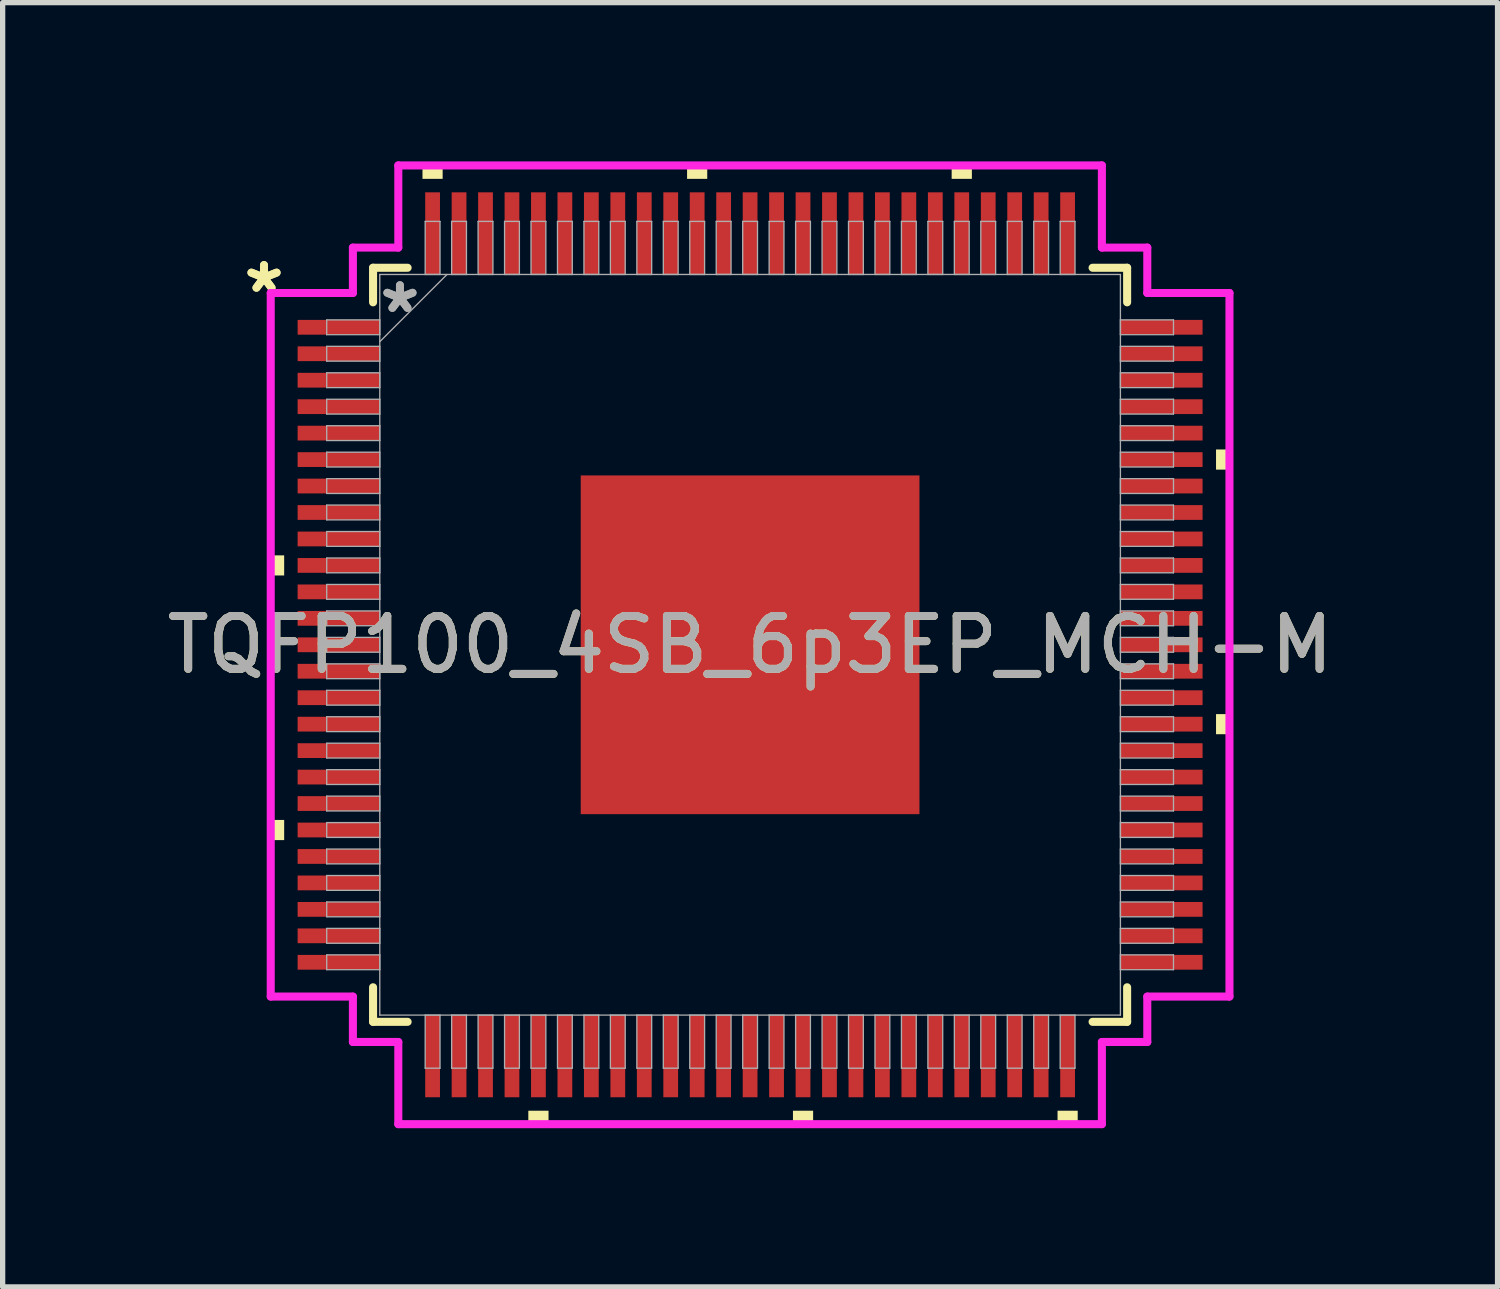
<source format=kicad_pcb>
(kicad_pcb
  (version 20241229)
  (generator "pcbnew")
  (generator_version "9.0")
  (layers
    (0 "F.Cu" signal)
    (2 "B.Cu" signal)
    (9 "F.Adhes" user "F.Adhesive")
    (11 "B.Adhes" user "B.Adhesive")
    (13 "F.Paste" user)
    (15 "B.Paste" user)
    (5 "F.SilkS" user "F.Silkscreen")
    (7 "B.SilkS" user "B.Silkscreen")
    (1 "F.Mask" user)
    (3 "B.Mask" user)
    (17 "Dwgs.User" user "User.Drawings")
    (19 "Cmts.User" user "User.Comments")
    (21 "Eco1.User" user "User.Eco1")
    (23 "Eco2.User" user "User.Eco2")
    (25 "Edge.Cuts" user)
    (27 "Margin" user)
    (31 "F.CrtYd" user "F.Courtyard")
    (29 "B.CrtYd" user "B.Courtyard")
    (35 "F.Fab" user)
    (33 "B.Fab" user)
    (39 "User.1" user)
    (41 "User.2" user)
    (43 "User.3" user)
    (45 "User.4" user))
  (footprint "TQFP100_4SB_6p3EP_MCH-M"
    (layer "F.Cu")
    (at 11.125 9.135)
    (property "Reference" "TQFP100_4SB_6p3EP_MCH-M" (at 0 0 0) (unlocked yes) (layer "F.SilkS") (effects (font (size 1 1) (thickness 0.15))))
    (attr smd)
    (fp_line (start -7.125 -7.125) (end -7.125 -6.472) (stroke (width 0.152) (type solid)) (layer "F.SilkS"))
    (fp_line (start -7.125 6.472) (end -7.125 7.125) (stroke (width 0.152) (type solid)) (layer "F.SilkS"))
    (fp_line (start -7.125 7.125) (end -6.472 7.125) (stroke (width 0.152) (type solid)) (layer "F.SilkS"))
    (fp_line (start -6.472 -7.125) (end -7.125 -7.125) (stroke (width 0.152) (type solid)) (layer "F.SilkS"))
    (fp_line (start 6.472 7.125) (end 7.125 7.125) (stroke (width 0.152) (type solid)) (layer "F.SilkS"))
    (fp_line (start 7.125 -7.125) (end 6.472 -7.125) (stroke (width 0.152) (type solid)) (layer "F.SilkS"))
    (fp_line (start 7.125 -6.472) (end 7.125 -7.125) (stroke (width 0.152) (type solid)) (layer "F.SilkS"))
    (fp_line (start 7.125 7.125) (end 7.125 6.472) (stroke (width 0.152) (type solid)) (layer "F.SilkS"))
    (fp_poly (pts (xy -9.059 -1.69) (xy -9.059 -1.31) (xy -8.805 -1.31) (xy -8.805 -1.69)) (stroke (width 0) (type solid)) (fill yes) (layer "F.SilkS"))
    (fp_poly (pts (xy -9.059 3.31) (xy -9.059 3.691) (xy -8.805 3.691) (xy -8.805 3.31)) (stroke (width 0) (type solid)) (fill yes) (layer "F.SilkS"))
    (fp_poly (pts (xy -6.191 -8.805) (xy -6.191 -9.059) (xy -5.81 -9.059) (xy -5.81 -8.805)) (stroke (width 0) (type solid)) (fill yes) (layer "F.SilkS"))
    (fp_poly (pts (xy -4.191 8.805) (xy -4.191 9.059) (xy -3.809 9.059) (xy -3.809 8.805)) (stroke (width 0) (type solid)) (fill yes) (layer "F.SilkS"))
    (fp_poly (pts (xy -1.191 -8.805) (xy -1.191 -9.059) (xy -0.81 -9.059) (xy -0.81 -8.805)) (stroke (width 0) (type solid)) (fill yes) (layer "F.SilkS"))
    (fp_poly (pts (xy 0.81 8.805) (xy 0.81 9.059) (xy 1.191 9.059) (xy 1.191 8.805)) (stroke (width 0) (type solid)) (fill yes) (layer "F.SilkS"))
    (fp_poly (pts (xy 3.809 -8.805) (xy 3.809 -9.059) (xy 4.191 -9.059) (xy 4.191 -8.805)) (stroke (width 0) (type solid)) (fill yes) (layer "F.SilkS"))
    (fp_poly (pts (xy 5.81 8.805) (xy 5.81 9.059) (xy 6.191 9.059) (xy 6.191 8.805)) (stroke (width 0) (type solid)) (fill yes) (layer "F.SilkS"))
    (fp_poly (pts (xy 9.059 -3.691) (xy 9.059 -3.31) (xy 8.805 -3.31) (xy 8.805 -3.691)) (stroke (width 0) (type solid)) (fill yes) (layer "F.SilkS"))
    (fp_poly (pts (xy 9.059 1.31) (xy 9.059 1.69) (xy 8.805 1.69) (xy 8.805 1.31)) (stroke (width 0) (type solid)) (fill yes) (layer "F.SilkS"))
    (fp_poly (pts (xy -3.1 -3.1) (xy -3.1 -2.02) (xy -2.02 -2.02) (xy -2.02 -3.1)) (stroke (width 0) (type solid)) (fill yes) (layer "F.Paste"))
    (fp_poly (pts (xy -3.1 -1.82) (xy -3.1 -0.74) (xy -2.02 -0.74) (xy -2.02 -1.82)) (stroke (width 0) (type solid)) (fill yes) (layer "F.Paste"))
    (fp_poly (pts (xy -3.1 -0.54) (xy -3.1 0.54) (xy -2.02 0.54) (xy -2.02 -0.54)) (stroke (width 0) (type solid)) (fill yes) (layer "F.Paste"))
    (fp_poly (pts (xy -3.1 0.74) (xy -3.1 1.82) (xy -2.02 1.82) (xy -2.02 0.74)) (stroke (width 0) (type solid)) (fill yes) (layer "F.Paste"))
    (fp_poly (pts (xy -3.1 2.02) (xy -3.1 3.1) (xy -2.02 3.1) (xy -2.02 2.02)) (stroke (width 0) (type solid)) (fill yes) (layer "F.Paste"))
    (fp_poly (pts (xy -1.82 -3.1) (xy -1.82 -2.02) (xy -0.74 -2.02) (xy -0.74 -3.1)) (stroke (width 0) (type solid)) (fill yes) (layer "F.Paste"))
    (fp_poly (pts (xy -1.82 -1.82) (xy -1.82 -0.74) (xy -0.74 -0.74) (xy -0.74 -1.82)) (stroke (width 0) (type solid)) (fill yes) (layer "F.Paste"))
    (fp_poly (pts (xy -1.82 -0.54) (xy -1.82 0.54) (xy -0.74 0.54) (xy -0.74 -0.54)) (stroke (width 0) (type solid)) (fill yes) (layer "F.Paste"))
    (fp_poly (pts (xy -1.82 0.74) (xy -1.82 1.82) (xy -0.74 1.82) (xy -0.74 0.74)) (stroke (width 0) (type solid)) (fill yes) (layer "F.Paste"))
    (fp_poly (pts (xy -1.82 2.02) (xy -1.82 3.1) (xy -0.74 3.1) (xy -0.74 2.02)) (stroke (width 0) (type solid)) (fill yes) (layer "F.Paste"))
    (fp_poly (pts (xy -0.54 -3.1) (xy -0.54 -2.02) (xy 0.54 -2.02) (xy 0.54 -3.1)) (stroke (width 0) (type solid)) (fill yes) (layer "F.Paste"))
    (fp_poly (pts (xy -0.54 -1.82) (xy -0.54 -0.74) (xy 0.54 -0.74) (xy 0.54 -1.82)) (stroke (width 0) (type solid)) (fill yes) (layer "F.Paste"))
    (fp_poly (pts (xy -0.54 -0.54) (xy -0.54 0.54) (xy 0.54 0.54) (xy 0.54 -0.54)) (stroke (width 0) (type solid)) (fill yes) (layer "F.Paste"))
    (fp_poly (pts (xy -0.54 0.74) (xy -0.54 1.82) (xy 0.54 1.82) (xy 0.54 0.74)) (stroke (width 0) (type solid)) (fill yes) (layer "F.Paste"))
    (fp_poly (pts (xy -0.54 2.02) (xy -0.54 3.1) (xy 0.54 3.1) (xy 0.54 2.02)) (stroke (width 0) (type solid)) (fill yes) (layer "F.Paste"))
    (fp_poly (pts (xy 0.74 -3.1) (xy 0.74 -2.02) (xy 1.82 -2.02) (xy 1.82 -3.1)) (stroke (width 0) (type solid)) (fill yes) (layer "F.Paste"))
    (fp_poly (pts (xy 0.74 -1.82) (xy 0.74 -0.74) (xy 1.82 -0.74) (xy 1.82 -1.82)) (stroke (width 0) (type solid)) (fill yes) (layer "F.Paste"))
    (fp_poly (pts (xy 0.74 -0.54) (xy 0.74 0.54) (xy 1.82 0.54) (xy 1.82 -0.54)) (stroke (width 0) (type solid)) (fill yes) (layer "F.Paste"))
    (fp_poly (pts (xy 0.74 0.74) (xy 0.74 1.82) (xy 1.82 1.82) (xy 1.82 0.74)) (stroke (width 0) (type solid)) (fill yes) (layer "F.Paste"))
    (fp_poly (pts (xy 0.74 2.02) (xy 0.74 3.1) (xy 1.82 3.1) (xy 1.82 2.02)) (stroke (width 0) (type solid)) (fill yes) (layer "F.Paste"))
    (fp_poly (pts (xy 2.02 -3.1) (xy 2.02 -2.02) (xy 3.1 -2.02) (xy 3.1 -3.1)) (stroke (width 0) (type solid)) (fill yes) (layer "F.Paste"))
    (fp_poly (pts (xy 2.02 -1.82) (xy 2.02 -0.74) (xy 3.1 -0.74) (xy 3.1 -1.82)) (stroke (width 0) (type solid)) (fill yes) (layer "F.Paste"))
    (fp_poly (pts (xy 2.02 -0.54) (xy 2.02 0.54) (xy 3.1 0.54) (xy 3.1 -0.54)) (stroke (width 0) (type solid)) (fill yes) (layer "F.Paste"))
    (fp_poly (pts (xy 2.02 0.74) (xy 2.02 1.82) (xy 3.1 1.82) (xy 3.1 0.74)) (stroke (width 0) (type solid)) (fill yes) (layer "F.Paste"))
    (fp_poly (pts (xy 2.02 2.02) (xy 2.02 3.1) (xy 3.1 3.1) (xy 3.1 2.02)) (stroke (width 0) (type solid)) (fill yes) (layer "F.Paste"))
    (fp_line (start -9.059 -6.648) (end -7.506 -6.648) (stroke (width 0.152) (type solid)) (layer "F.CrtYd"))
    (fp_line (start -9.059 6.648) (end -9.059 -6.648) (stroke (width 0.152) (type solid)) (layer "F.CrtYd"))
    (fp_line (start -7.506 -7.506) (end -6.648 -7.506) (stroke (width 0.152) (type solid)) (layer "F.CrtYd"))
    (fp_line (start -7.506 -6.648) (end -7.506 -7.506) (stroke (width 0.152) (type solid)) (layer "F.CrtYd"))
    (fp_line (start -7.506 6.648) (end -9.059 6.648) (stroke (width 0.152) (type solid)) (layer "F.CrtYd"))
    (fp_line (start -7.506 7.506) (end -7.506 6.648) (stroke (width 0.152) (type solid)) (layer "F.CrtYd"))
    (fp_line (start -7.506 7.506) (end -6.648 7.506) (stroke (width 0.152) (type solid)) (layer "F.CrtYd"))
    (fp_line (start -6.648 -9.059) (end 6.648 -9.059) (stroke (width 0.152) (type solid)) (layer "F.CrtYd"))
    (fp_line (start -6.648 -7.506) (end -6.648 -9.059) (stroke (width 0.152) (type solid)) (layer "F.CrtYd"))
    (fp_line (start -6.648 7.506) (end -6.648 9.059) (stroke (width 0.152) (type solid)) (layer "F.CrtYd"))
    (fp_line (start -6.648 9.059) (end 6.648 9.059) (stroke (width 0.152) (type solid)) (layer "F.CrtYd"))
    (fp_line (start 6.648 -9.059) (end 6.648 -7.506) (stroke (width 0.152) (type solid)) (layer "F.CrtYd"))
    (fp_line (start 6.648 -7.506) (end 7.506 -7.506) (stroke (width 0.152) (type solid)) (layer "F.CrtYd"))
    (fp_line (start 6.648 7.506) (end 7.506 7.506) (stroke (width 0.152) (type solid)) (layer "F.CrtYd"))
    (fp_line (start 6.648 9.059) (end 6.648 7.506) (stroke (width 0.152) (type solid)) (layer "F.CrtYd"))
    (fp_line (start 7.506 -6.648) (end 7.506 -7.506) (stroke (width 0.152) (type solid)) (layer "F.CrtYd"))
    (fp_line (start 7.506 6.648) (end 9.059 6.648) (stroke (width 0.152) (type solid)) (layer "F.CrtYd"))
    (fp_line (start 7.506 7.506) (end 7.506 6.648) (stroke (width 0.152) (type solid)) (layer "F.CrtYd"))
    (fp_line (start 9.059 -6.648) (end 7.506 -6.648) (stroke (width 0.152) (type solid)) (layer "F.CrtYd"))
    (fp_line (start 9.059 6.648) (end 9.059 -6.648) (stroke (width 0.152) (type solid)) (layer "F.CrtYd"))
    (fp_line (start -8.001 -6.14) (end -8.001 -5.86) (stroke (width 0.025) (type solid)) (layer "F.Fab"))
    (fp_line (start -8.001 -5.86) (end -6.998 -5.86) (stroke (width 0.025) (type solid)) (layer "F.Fab"))
    (fp_line (start -8.001 -5.64) (end -8.001 -5.36) (stroke (width 0.025) (type solid)) (layer "F.Fab"))
    (fp_line (start -8.001 -5.36) (end -6.998 -5.36) (stroke (width 0.025) (type solid)) (layer "F.Fab"))
    (fp_line (start -8.001 -5.14) (end -8.001 -4.86) (stroke (width 0.025) (type solid)) (layer "F.Fab"))
    (fp_line (start -8.001 -4.86) (end -6.998 -4.86) (stroke (width 0.025) (type solid)) (layer "F.Fab"))
    (fp_line (start -8.001 -4.64) (end -8.001 -4.36) (stroke (width 0.025) (type solid)) (layer "F.Fab"))
    (fp_line (start -8.001 -4.36) (end -6.998 -4.36) (stroke (width 0.025) (type solid)) (layer "F.Fab"))
    (fp_line (start -8.001 -4.14) (end -8.001 -3.86) (stroke (width 0.025) (type solid)) (layer "F.Fab"))
    (fp_line (start -8.001 -3.86) (end -6.998 -3.86) (stroke (width 0.025) (type solid)) (layer "F.Fab"))
    (fp_line (start -8.001 -3.64) (end -8.001 -3.36) (stroke (width 0.025) (type solid)) (layer "F.Fab"))
    (fp_line (start -8.001 -3.36) (end -6.998 -3.36) (stroke (width 0.025) (type solid)) (layer "F.Fab"))
    (fp_line (start -8.001 -3.14) (end -8.001 -2.86) (stroke (width 0.025) (type solid)) (layer "F.Fab"))
    (fp_line (start -8.001 -2.86) (end -6.998 -2.86) (stroke (width 0.025) (type solid)) (layer "F.Fab"))
    (fp_line (start -8.001 -2.64) (end -8.001 -2.36) (stroke (width 0.025) (type solid)) (layer "F.Fab"))
    (fp_line (start -8.001 -2.36) (end -6.998 -2.36) (stroke (width 0.025) (type solid)) (layer "F.Fab"))
    (fp_line (start -8.001 -2.14) (end -8.001 -1.86) (stroke (width 0.025) (type solid)) (layer "F.Fab"))
    (fp_line (start -8.001 -1.86) (end -6.998 -1.86) (stroke (width 0.025) (type solid)) (layer "F.Fab"))
    (fp_line (start -8.001 -1.64) (end -8.001 -1.36) (stroke (width 0.025) (type solid)) (layer "F.Fab"))
    (fp_line (start -8.001 -1.36) (end -6.998 -1.36) (stroke (width 0.025) (type solid)) (layer "F.Fab"))
    (fp_line (start -8.001 -1.14) (end -8.001 -0.86) (stroke (width 0.025) (type solid)) (layer "F.Fab"))
    (fp_line (start -8.001 -0.86) (end -6.998 -0.86) (stroke (width 0.025) (type solid)) (layer "F.Fab"))
    (fp_line (start -8.001 -0.64) (end -8.001 -0.36) (stroke (width 0.025) (type solid)) (layer "F.Fab"))
    (fp_line (start -8.001 -0.36) (end -6.998 -0.36) (stroke (width 0.025) (type solid)) (layer "F.Fab"))
    (fp_line (start -8.001 -0.14) (end -8.001 0.14) (stroke (width 0.025) (type solid)) (layer "F.Fab"))
    (fp_line (start -8.001 0.14) (end -6.998 0.14) (stroke (width 0.025) (type solid)) (layer "F.Fab"))
    (fp_line (start -8.001 0.36) (end -8.001 0.64) (stroke (width 0.025) (type solid)) (layer "F.Fab"))
    (fp_line (start -8.001 0.64) (end -6.998 0.64) (stroke (width 0.025) (type solid)) (layer "F.Fab"))
    (fp_line (start -8.001 0.86) (end -8.001 1.14) (stroke (width 0.025) (type solid)) (layer "F.Fab"))
    (fp_line (start -8.001 1.14) (end -6.998 1.14) (stroke (width 0.025) (type solid)) (layer "F.Fab"))
    (fp_line (start -8.001 1.36) (end -8.001 1.64) (stroke (width 0.025) (type solid)) (layer "F.Fab"))
    (fp_line (start -8.001 1.64) (end -6.998 1.64) (stroke (width 0.025) (type solid)) (layer "F.Fab"))
    (fp_line (start -8.001 1.86) (end -8.001 2.14) (stroke (width 0.025) (type solid)) (layer "F.Fab"))
    (fp_line (start -8.001 2.14) (end -6.998 2.14) (stroke (width 0.025) (type solid)) (layer "F.Fab"))
    (fp_line (start -8.001 2.36) (end -8.001 2.64) (stroke (width 0.025) (type solid)) (layer "F.Fab"))
    (fp_line (start -8.001 2.64) (end -6.998 2.64) (stroke (width 0.025) (type solid)) (layer "F.Fab"))
    (fp_line (start -8.001 2.86) (end -8.001 3.14) (stroke (width 0.025) (type solid)) (layer "F.Fab"))
    (fp_line (start -8.001 3.14) (end -6.998 3.14) (stroke (width 0.025) (type solid)) (layer "F.Fab"))
    (fp_line (start -8.001 3.36) (end -8.001 3.64) (stroke (width 0.025) (type solid)) (layer "F.Fab"))
    (fp_line (start -8.001 3.64) (end -6.998 3.64) (stroke (width 0.025) (type solid)) (layer "F.Fab"))
    (fp_line (start -8.001 3.86) (end -8.001 4.14) (stroke (width 0.025) (type solid)) (layer "F.Fab"))
    (fp_line (start -8.001 4.14) (end -6.998 4.14) (stroke (width 0.025) (type solid)) (layer "F.Fab"))
    (fp_line (start -8.001 4.36) (end -8.001 4.64) (stroke (width 0.025) (type solid)) (layer "F.Fab"))
    (fp_line (start -8.001 4.64) (end -6.998 4.64) (stroke (width 0.025) (type solid)) (layer "F.Fab"))
    (fp_line (start -8.001 4.86) (end -8.001 5.14) (stroke (width 0.025) (type solid)) (layer "F.Fab"))
    (fp_line (start -8.001 5.14) (end -6.998 5.14) (stroke (width 0.025) (type solid)) (layer "F.Fab"))
    (fp_line (start -8.001 5.36) (end -8.001 5.64) (stroke (width 0.025) (type solid)) (layer "F.Fab"))
    (fp_line (start -8.001 5.64) (end -6.998 5.64) (stroke (width 0.025) (type solid)) (layer "F.Fab"))
    (fp_line (start -8.001 5.86) (end -8.001 6.14) (stroke (width 0.025) (type solid)) (layer "F.Fab"))
    (fp_line (start -8.001 6.14) (end -6.998 6.14) (stroke (width 0.025) (type solid)) (layer "F.Fab"))
    (fp_line (start -6.998 -6.998) (end -6.998 6.998) (stroke (width 0.025) (type solid)) (layer "F.Fab"))
    (fp_line (start -6.998 -6.14) (end -8.001 -6.14) (stroke (width 0.025) (type solid)) (layer "F.Fab"))
    (fp_line (start -6.998 -5.86) (end -6.998 -6.14) (stroke (width 0.025) (type solid)) (layer "F.Fab"))
    (fp_line (start -6.998 -5.728) (end -5.728 -6.998) (stroke (width 0.025) (type solid)) (layer "F.Fab"))
    (fp_line (start -6.998 -5.64) (end -8.001 -5.64) (stroke (width 0.025) (type solid)) (layer "F.Fab"))
    (fp_line (start -6.998 -5.36) (end -6.998 -5.64) (stroke (width 0.025) (type solid)) (layer "F.Fab"))
    (fp_line (start -6.998 -5.14) (end -8.001 -5.14) (stroke (width 0.025) (type solid)) (layer "F.Fab"))
    (fp_line (start -6.998 -4.86) (end -6.998 -5.14) (stroke (width 0.025) (type solid)) (layer "F.Fab"))
    (fp_line (start -6.998 -4.64) (end -8.001 -4.64) (stroke (width 0.025) (type solid)) (layer "F.Fab"))
    (fp_line (start -6.998 -4.36) (end -6.998 -4.64) (stroke (width 0.025) (type solid)) (layer "F.Fab"))
    (fp_line (start -6.998 -4.14) (end -8.001 -4.14) (stroke (width 0.025) (type solid)) (layer "F.Fab"))
    (fp_line (start -6.998 -3.86) (end -6.998 -4.14) (stroke (width 0.025) (type solid)) (layer "F.Fab"))
    (fp_line (start -6.998 -3.64) (end -8.001 -3.64) (stroke (width 0.025) (type solid)) (layer "F.Fab"))
    (fp_line (start -6.998 -3.36) (end -6.998 -3.64) (stroke (width 0.025) (type solid)) (layer "F.Fab"))
    (fp_line (start -6.998 -3.14) (end -8.001 -3.14) (stroke (width 0.025) (type solid)) (layer "F.Fab"))
    (fp_line (start -6.998 -2.86) (end -6.998 -3.14) (stroke (width 0.025) (type solid)) (layer "F.Fab"))
    (fp_line (start -6.998 -2.64) (end -8.001 -2.64) (stroke (width 0.025) (type solid)) (layer "F.Fab"))
    (fp_line (start -6.998 -2.36) (end -6.998 -2.64) (stroke (width 0.025) (type solid)) (layer "F.Fab"))
    (fp_line (start -6.998 -2.14) (end -8.001 -2.14) (stroke (width 0.025) (type solid)) (layer "F.Fab"))
    (fp_line (start -6.998 -1.86) (end -6.998 -2.14) (stroke (width 0.025) (type solid)) (layer "F.Fab"))
    (fp_line (start -6.998 -1.64) (end -8.001 -1.64) (stroke (width 0.025) (type solid)) (layer "F.Fab"))
    (fp_line (start -6.998 -1.36) (end -6.998 -1.64) (stroke (width 0.025) (type solid)) (layer "F.Fab"))
    (fp_line (start -6.998 -1.14) (end -8.001 -1.14) (stroke (width 0.025) (type solid)) (layer "F.Fab"))
    (fp_line (start -6.998 -0.86) (end -6.998 -1.14) (stroke (width 0.025) (type solid)) (layer "F.Fab"))
    (fp_line (start -6.998 -0.64) (end -8.001 -0.64) (stroke (width 0.025) (type solid)) (layer "F.Fab"))
    (fp_line (start -6.998 -0.36) (end -6.998 -0.64) (stroke (width 0.025) (type solid)) (layer "F.Fab"))
    (fp_line (start -6.998 -0.14) (end -8.001 -0.14) (stroke (width 0.025) (type solid)) (layer "F.Fab"))
    (fp_line (start -6.998 0.14) (end -6.998 -0.14) (stroke (width 0.025) (type solid)) (layer "F.Fab"))
    (fp_line (start -6.998 0.36) (end -8.001 0.36) (stroke (width 0.025) (type solid)) (layer "F.Fab"))
    (fp_line (start -6.998 0.64) (end -6.998 0.36) (stroke (width 0.025) (type solid)) (layer "F.Fab"))
    (fp_line (start -6.998 0.86) (end -8.001 0.86) (stroke (width 0.025) (type solid)) (layer "F.Fab"))
    (fp_line (start -6.998 1.14) (end -6.998 0.86) (stroke (width 0.025) (type solid)) (layer "F.Fab"))
    (fp_line (start -6.998 1.36) (end -8.001 1.36) (stroke (width 0.025) (type solid)) (layer "F.Fab"))
    (fp_line (start -6.998 1.64) (end -6.998 1.36) (stroke (width 0.025) (type solid)) (layer "F.Fab"))
    (fp_line (start -6.998 1.86) (end -8.001 1.86) (stroke (width 0.025) (type solid)) (layer "F.Fab"))
    (fp_line (start -6.998 2.14) (end -6.998 1.86) (stroke (width 0.025) (type solid)) (layer "F.Fab"))
    (fp_line (start -6.998 2.36) (end -8.001 2.36) (stroke (width 0.025) (type solid)) (layer "F.Fab"))
    (fp_line (start -6.998 2.64) (end -6.998 2.36) (stroke (width 0.025) (type solid)) (layer "F.Fab"))
    (fp_line (start -6.998 2.86) (end -8.001 2.86) (stroke (width 0.025) (type solid)) (layer "F.Fab"))
    (fp_line (start -6.998 3.14) (end -6.998 2.86) (stroke (width 0.025) (type solid)) (layer "F.Fab"))
    (fp_line (start -6.998 3.36) (end -8.001 3.36) (stroke (width 0.025) (type solid)) (layer "F.Fab"))
    (fp_line (start -6.998 3.64) (end -6.998 3.36) (stroke (width 0.025) (type solid)) (layer "F.Fab"))
    (fp_line (start -6.998 3.86) (end -8.001 3.86) (stroke (width 0.025) (type solid)) (layer "F.Fab"))
    (fp_line (start -6.998 4.14) (end -6.998 3.86) (stroke (width 0.025) (type solid)) (layer "F.Fab"))
    (fp_line (start -6.998 4.36) (end -8.001 4.36) (stroke (width 0.025) (type solid)) (layer "F.Fab"))
    (fp_line (start -6.998 4.64) (end -6.998 4.36) (stroke (width 0.025) (type solid)) (layer "F.Fab"))
    (fp_line (start -6.998 4.86) (end -8.001 4.86) (stroke (width 0.025) (type solid)) (layer "F.Fab"))
    (fp_line (start -6.998 5.14) (end -6.998 4.86) (stroke (width 0.025) (type solid)) (layer "F.Fab"))
    (fp_line (start -6.998 5.36) (end -8.001 5.36) (stroke (width 0.025) (type solid)) (layer "F.Fab"))
    (fp_line (start -6.998 5.64) (end -6.998 5.36) (stroke (width 0.025) (type solid)) (layer "F.Fab"))
    (fp_line (start -6.998 5.86) (end -8.001 5.86) (stroke (width 0.025) (type solid)) (layer "F.Fab"))
    (fp_line (start -6.998 6.14) (end -6.998 5.86) (stroke (width 0.025) (type solid)) (layer "F.Fab"))
    (fp_line (start -6.998 6.998) (end 6.998 6.998) (stroke (width 0.025) (type solid)) (layer "F.Fab"))
    (fp_line (start -6.14 -8.001) (end -6.14 -6.998) (stroke (width 0.025) (type solid)) (layer "F.Fab"))
    (fp_line (start -6.14 -6.998) (end -5.86 -6.998) (stroke (width 0.025) (type solid)) (layer "F.Fab"))
    (fp_line (start -6.14 6.998) (end -6.14 8.001) (stroke (width 0.025) (type solid)) (layer "F.Fab"))
    (fp_line (start -6.14 8.001) (end -5.86 8.001) (stroke (width 0.025) (type solid)) (layer "F.Fab"))
    (fp_line (start -5.86 -8.001) (end -6.14 -8.001) (stroke (width 0.025) (type solid)) (layer "F.Fab"))
    (fp_line (start -5.86 -6.998) (end -5.86 -8.001) (stroke (width 0.025) (type solid)) (layer "F.Fab"))
    (fp_line (start -5.86 6.998) (end -6.14 6.998) (stroke (width 0.025) (type solid)) (layer "F.Fab"))
    (fp_line (start -5.86 8.001) (end -5.86 6.998) (stroke (width 0.025) (type solid)) (layer "F.Fab"))
    (fp_line (start -5.64 -8.001) (end -5.64 -6.998) (stroke (width 0.025) (type solid)) (layer "F.Fab"))
    (fp_line (start -5.64 -6.998) (end -5.36 -6.998) (stroke (width 0.025) (type solid)) (layer "F.Fab"))
    (fp_line (start -5.64 6.998) (end -5.64 8.001) (stroke (width 0.025) (type solid)) (layer "F.Fab"))
    (fp_line (start -5.64 8.001) (end -5.36 8.001) (stroke (width 0.025) (type solid)) (layer "F.Fab"))
    (fp_line (start -5.36 -8.001) (end -5.64 -8.001) (stroke (width 0.025) (type solid)) (layer "F.Fab"))
    (fp_line (start -5.36 -6.998) (end -5.36 -8.001) (stroke (width 0.025) (type solid)) (layer "F.Fab"))
    (fp_line (start -5.36 6.998) (end -5.64 6.998) (stroke (width 0.025) (type solid)) (layer "F.Fab"))
    (fp_line (start -5.36 8.001) (end -5.36 6.998) (stroke (width 0.025) (type solid)) (layer "F.Fab"))
    (fp_line (start -5.14 -8.001) (end -5.14 -6.998) (stroke (width 0.025) (type solid)) (layer "F.Fab"))
    (fp_line (start -5.14 -6.998) (end -4.86 -6.998) (stroke (width 0.025) (type solid)) (layer "F.Fab"))
    (fp_line (start -5.14 6.998) (end -5.14 8.001) (stroke (width 0.025) (type solid)) (layer "F.Fab"))
    (fp_line (start -5.14 8.001) (end -4.86 8.001) (stroke (width 0.025) (type solid)) (layer "F.Fab"))
    (fp_line (start -4.86 -8.001) (end -5.14 -8.001) (stroke (width 0.025) (type solid)) (layer "F.Fab"))
    (fp_line (start -4.86 -6.998) (end -4.86 -8.001) (stroke (width 0.025) (type solid)) (layer "F.Fab"))
    (fp_line (start -4.86 6.998) (end -5.14 6.998) (stroke (width 0.025) (type solid)) (layer "F.Fab"))
    (fp_line (start -4.86 8.001) (end -4.86 6.998) (stroke (width 0.025) (type solid)) (layer "F.Fab"))
    (fp_line (start -4.64 -8.001) (end -4.64 -6.998) (stroke (width 0.025) (type solid)) (layer "F.Fab"))
    (fp_line (start -4.64 -6.998) (end -4.36 -6.998) (stroke (width 0.025) (type solid)) (layer "F.Fab"))
    (fp_line (start -4.64 6.998) (end -4.64 8.001) (stroke (width 0.025) (type solid)) (layer "F.Fab"))
    (fp_line (start -4.64 8.001) (end -4.36 8.001) (stroke (width 0.025) (type solid)) (layer "F.Fab"))
    (fp_line (start -4.36 -8.001) (end -4.64 -8.001) (stroke (width 0.025) (type solid)) (layer "F.Fab"))
    (fp_line (start -4.36 -6.998) (end -4.36 -8.001) (stroke (width 0.025) (type solid)) (layer "F.Fab"))
    (fp_line (start -4.36 6.998) (end -4.64 6.998) (stroke (width 0.025) (type solid)) (layer "F.Fab"))
    (fp_line (start -4.36 8.001) (end -4.36 6.998) (stroke (width 0.025) (type solid)) (layer "F.Fab"))
    (fp_line (start -4.14 -8.001) (end -4.14 -6.998) (stroke (width 0.025) (type solid)) (layer "F.Fab"))
    (fp_line (start -4.14 -6.998) (end -3.86 -6.998) (stroke (width 0.025) (type solid)) (layer "F.Fab"))
    (fp_line (start -4.14 6.998) (end -4.14 8.001) (stroke (width 0.025) (type solid)) (layer "F.Fab"))
    (fp_line (start -4.14 8.001) (end -3.86 8.001) (stroke (width 0.025) (type solid)) (layer "F.Fab"))
    (fp_line (start -3.86 -8.001) (end -4.14 -8.001) (stroke (width 0.025) (type solid)) (layer "F.Fab"))
    (fp_line (start -3.86 -6.998) (end -3.86 -8.001) (stroke (width 0.025) (type solid)) (layer "F.Fab"))
    (fp_line (start -3.86 6.998) (end -4.14 6.998) (stroke (width 0.025) (type solid)) (layer "F.Fab"))
    (fp_line (start -3.86 8.001) (end -3.86 6.998) (stroke (width 0.025) (type solid)) (layer "F.Fab"))
    (fp_line (start -3.64 -8.001) (end -3.64 -6.998) (stroke (width 0.025) (type solid)) (layer "F.Fab"))
    (fp_line (start -3.64 -6.998) (end -3.36 -6.998) (stroke (width 0.025) (type solid)) (layer "F.Fab"))
    (fp_line (start -3.64 6.998) (end -3.64 8.001) (stroke (width 0.025) (type solid)) (layer "F.Fab"))
    (fp_line (start -3.64 8.001) (end -3.36 8.001) (stroke (width 0.025) (type solid)) (layer "F.Fab"))
    (fp_line (start -3.36 -8.001) (end -3.64 -8.001) (stroke (width 0.025) (type solid)) (layer "F.Fab"))
    (fp_line (start -3.36 -6.998) (end -3.36 -8.001) (stroke (width 0.025) (type solid)) (layer "F.Fab"))
    (fp_line (start -3.36 6.998) (end -3.64 6.998) (stroke (width 0.025) (type solid)) (layer "F.Fab"))
    (fp_line (start -3.36 8.001) (end -3.36 6.998) (stroke (width 0.025) (type solid)) (layer "F.Fab"))
    (fp_line (start -3.14 -8.001) (end -3.14 -6.998) (stroke (width 0.025) (type solid)) (layer "F.Fab"))
    (fp_line (start -3.14 -6.998) (end -2.86 -6.998) (stroke (width 0.025) (type solid)) (layer "F.Fab"))
    (fp_line (start -3.14 6.998) (end -3.14 8.001) (stroke (width 0.025) (type solid)) (layer "F.Fab"))
    (fp_line (start -3.14 8.001) (end -2.86 8.001) (stroke (width 0.025) (type solid)) (layer "F.Fab"))
    (fp_line (start -2.86 -8.001) (end -3.14 -8.001) (stroke (width 0.025) (type solid)) (layer "F.Fab"))
    (fp_line (start -2.86 -6.998) (end -2.86 -8.001) (stroke (width 0.025) (type solid)) (layer "F.Fab"))
    (fp_line (start -2.86 6.998) (end -3.14 6.998) (stroke (width 0.025) (type solid)) (layer "F.Fab"))
    (fp_line (start -2.86 8.001) (end -2.86 6.998) (stroke (width 0.025) (type solid)) (layer "F.Fab"))
    (fp_line (start -2.64 -8.001) (end -2.64 -6.998) (stroke (width 0.025) (type solid)) (layer "F.Fab"))
    (fp_line (start -2.64 -6.998) (end -2.36 -6.998) (stroke (width 0.025) (type solid)) (layer "F.Fab"))
    (fp_line (start -2.64 6.998) (end -2.64 8.001) (stroke (width 0.025) (type solid)) (layer "F.Fab"))
    (fp_line (start -2.64 8.001) (end -2.36 8.001) (stroke (width 0.025) (type solid)) (layer "F.Fab"))
    (fp_line (start -2.36 -8.001) (end -2.64 -8.001) (stroke (width 0.025) (type solid)) (layer "F.Fab"))
    (fp_line (start -2.36 -6.998) (end -2.36 -8.001) (stroke (width 0.025) (type solid)) (layer "F.Fab"))
    (fp_line (start -2.36 6.998) (end -2.64 6.998) (stroke (width 0.025) (type solid)) (layer "F.Fab"))
    (fp_line (start -2.36 8.001) (end -2.36 6.998) (stroke (width 0.025) (type solid)) (layer "F.Fab"))
    (fp_line (start -2.14 -8.001) (end -2.14 -6.998) (stroke (width 0.025) (type solid)) (layer "F.Fab"))
    (fp_line (start -2.14 -6.998) (end -1.86 -6.998) (stroke (width 0.025) (type solid)) (layer "F.Fab"))
    (fp_line (start -2.14 6.998) (end -2.14 8.001) (stroke (width 0.025) (type solid)) (layer "F.Fab"))
    (fp_line (start -2.14 8.001) (end -1.86 8.001) (stroke (width 0.025) (type solid)) (layer "F.Fab"))
    (fp_line (start -1.86 -8.001) (end -2.14 -8.001) (stroke (width 0.025) (type solid)) (layer "F.Fab"))
    (fp_line (start -1.86 -6.998) (end -1.86 -8.001) (stroke (width 0.025) (type solid)) (layer "F.Fab"))
    (fp_line (start -1.86 6.998) (end -2.14 6.998) (stroke (width 0.025) (type solid)) (layer "F.Fab"))
    (fp_line (start -1.86 8.001) (end -1.86 6.998) (stroke (width 0.025) (type solid)) (layer "F.Fab"))
    (fp_line (start -1.64 -8.001) (end -1.64 -6.998) (stroke (width 0.025) (type solid)) (layer "F.Fab"))
    (fp_line (start -1.64 -6.998) (end -1.36 -6.998) (stroke (width 0.025) (type solid)) (layer "F.Fab"))
    (fp_line (start -1.64 6.998) (end -1.64 8.001) (stroke (width 0.025) (type solid)) (layer "F.Fab"))
    (fp_line (start -1.64 8.001) (end -1.36 8.001) (stroke (width 0.025) (type solid)) (layer "F.Fab"))
    (fp_line (start -1.36 -8.001) (end -1.64 -8.001) (stroke (width 0.025) (type solid)) (layer "F.Fab"))
    (fp_line (start -1.36 -6.998) (end -1.36 -8.001) (stroke (width 0.025) (type solid)) (layer "F.Fab"))
    (fp_line (start -1.36 6.998) (end -1.64 6.998) (stroke (width 0.025) (type solid)) (layer "F.Fab"))
    (fp_line (start -1.36 8.001) (end -1.36 6.998) (stroke (width 0.025) (type solid)) (layer "F.Fab"))
    (fp_line (start -1.14 -8.001) (end -1.14 -6.998) (stroke (width 0.025) (type solid)) (layer "F.Fab"))
    (fp_line (start -1.14 -6.998) (end -0.86 -6.998) (stroke (width 0.025) (type solid)) (layer "F.Fab"))
    (fp_line (start -1.14 6.998) (end -1.14 8.001) (stroke (width 0.025) (type solid)) (layer "F.Fab"))
    (fp_line (start -1.14 8.001) (end -0.86 8.001) (stroke (width 0.025) (type solid)) (layer "F.Fab"))
    (fp_line (start -0.86 -8.001) (end -1.14 -8.001) (stroke (width 0.025) (type solid)) (layer "F.Fab"))
    (fp_line (start -0.86 -6.998) (end -0.86 -8.001) (stroke (width 0.025) (type solid)) (layer "F.Fab"))
    (fp_line (start -0.86 6.998) (end -1.14 6.998) (stroke (width 0.025) (type solid)) (layer "F.Fab"))
    (fp_line (start -0.86 8.001) (end -0.86 6.998) (stroke (width 0.025) (type solid)) (layer "F.Fab"))
    (fp_line (start -0.64 -8.001) (end -0.64 -6.998) (stroke (width 0.025) (type solid)) (layer "F.Fab"))
    (fp_line (start -0.64 -6.998) (end -0.36 -6.998) (stroke (width 0.025) (type solid)) (layer "F.Fab"))
    (fp_line (start -0.64 6.998) (end -0.64 8.001) (stroke (width 0.025) (type solid)) (layer "F.Fab"))
    (fp_line (start -0.64 8.001) (end -0.36 8.001) (stroke (width 0.025) (type solid)) (layer "F.Fab"))
    (fp_line (start -0.36 -8.001) (end -0.64 -8.001) (stroke (width 0.025) (type solid)) (layer "F.Fab"))
    (fp_line (start -0.36 -6.998) (end -0.36 -8.001) (stroke (width 0.025) (type solid)) (layer "F.Fab"))
    (fp_line (start -0.36 6.998) (end -0.64 6.998) (stroke (width 0.025) (type solid)) (layer "F.Fab"))
    (fp_line (start -0.36 8.001) (end -0.36 6.998) (stroke (width 0.025) (type solid)) (layer "F.Fab"))
    (fp_line (start -0.14 -8.001) (end -0.14 -6.998) (stroke (width 0.025) (type solid)) (layer "F.Fab"))
    (fp_line (start -0.14 -6.998) (end 0.14 -6.998) (stroke (width 0.025) (type solid)) (layer "F.Fab"))
    (fp_line (start -0.14 6.998) (end -0.14 8.001) (stroke (width 0.025) (type solid)) (layer "F.Fab"))
    (fp_line (start -0.14 8.001) (end 0.14 8.001) (stroke (width 0.025) (type solid)) (layer "F.Fab"))
    (fp_line (start 0.14 -8.001) (end -0.14 -8.001) (stroke (width 0.025) (type solid)) (layer "F.Fab"))
    (fp_line (start 0.14 -6.998) (end 0.14 -8.001) (stroke (width 0.025) (type solid)) (layer "F.Fab"))
    (fp_line (start 0.14 6.998) (end -0.14 6.998) (stroke (width 0.025) (type solid)) (layer "F.Fab"))
    (fp_line (start 0.14 8.001) (end 0.14 6.998) (stroke (width 0.025) (type solid)) (layer "F.Fab"))
    (fp_line (start 0.36 -8.001) (end 0.36 -6.998) (stroke (width 0.025) (type solid)) (layer "F.Fab"))
    (fp_line (start 0.36 -6.998) (end 0.64 -6.998) (stroke (width 0.025) (type solid)) (layer "F.Fab"))
    (fp_line (start 0.36 6.998) (end 0.36 8.001) (stroke (width 0.025) (type solid)) (layer "F.Fab"))
    (fp_line (start 0.36 8.001) (end 0.64 8.001) (stroke (width 0.025) (type solid)) (layer "F.Fab"))
    (fp_line (start 0.64 -8.001) (end 0.36 -8.001) (stroke (width 0.025) (type solid)) (layer "F.Fab"))
    (fp_line (start 0.64 -6.998) (end 0.64 -8.001) (stroke (width 0.025) (type solid)) (layer "F.Fab"))
    (fp_line (start 0.64 6.998) (end 0.36 6.998) (stroke (width 0.025) (type solid)) (layer "F.Fab"))
    (fp_line (start 0.64 8.001) (end 0.64 6.998) (stroke (width 0.025) (type solid)) (layer "F.Fab"))
    (fp_line (start 0.86 -8.001) (end 0.86 -6.998) (stroke (width 0.025) (type solid)) (layer "F.Fab"))
    (fp_line (start 0.86 -6.998) (end 1.14 -6.998) (stroke (width 0.025) (type solid)) (layer "F.Fab"))
    (fp_line (start 0.86 6.998) (end 0.86 8.001) (stroke (width 0.025) (type solid)) (layer "F.Fab"))
    (fp_line (start 0.86 8.001) (end 1.14 8.001) (stroke (width 0.025) (type solid)) (layer "F.Fab"))
    (fp_line (start 1.14 -8.001) (end 0.86 -8.001) (stroke (width 0.025) (type solid)) (layer "F.Fab"))
    (fp_line (start 1.14 -6.998) (end 1.14 -8.001) (stroke (width 0.025) (type solid)) (layer "F.Fab"))
    (fp_line (start 1.14 6.998) (end 0.86 6.998) (stroke (width 0.025) (type solid)) (layer "F.Fab"))
    (fp_line (start 1.14 8.001) (end 1.14 6.998) (stroke (width 0.025) (type solid)) (layer "F.Fab"))
    (fp_line (start 1.36 -8.001) (end 1.36 -6.998) (stroke (width 0.025) (type solid)) (layer "F.Fab"))
    (fp_line (start 1.36 -6.998) (end 1.64 -6.998) (stroke (width 0.025) (type solid)) (layer "F.Fab"))
    (fp_line (start 1.36 6.998) (end 1.36 8.001) (stroke (width 0.025) (type solid)) (layer "F.Fab"))
    (fp_line (start 1.36 8.001) (end 1.64 8.001) (stroke (width 0.025) (type solid)) (layer "F.Fab"))
    (fp_line (start 1.64 -8.001) (end 1.36 -8.001) (stroke (width 0.025) (type solid)) (layer "F.Fab"))
    (fp_line (start 1.64 -6.998) (end 1.64 -8.001) (stroke (width 0.025) (type solid)) (layer "F.Fab"))
    (fp_line (start 1.64 6.998) (end 1.36 6.998) (stroke (width 0.025) (type solid)) (layer "F.Fab"))
    (fp_line (start 1.64 8.001) (end 1.64 6.998) (stroke (width 0.025) (type solid)) (layer "F.Fab"))
    (fp_line (start 1.86 -8.001) (end 1.86 -6.998) (stroke (width 0.025) (type solid)) (layer "F.Fab"))
    (fp_line (start 1.86 -6.998) (end 2.14 -6.998) (stroke (width 0.025) (type solid)) (layer "F.Fab"))
    (fp_line (start 1.86 6.998) (end 1.86 8.001) (stroke (width 0.025) (type solid)) (layer "F.Fab"))
    (fp_line (start 1.86 8.001) (end 2.14 8.001) (stroke (width 0.025) (type solid)) (layer "F.Fab"))
    (fp_line (start 2.14 -8.001) (end 1.86 -8.001) (stroke (width 0.025) (type solid)) (layer "F.Fab"))
    (fp_line (start 2.14 -6.998) (end 2.14 -8.001) (stroke (width 0.025) (type solid)) (layer "F.Fab"))
    (fp_line (start 2.14 6.998) (end 1.86 6.998) (stroke (width 0.025) (type solid)) (layer "F.Fab"))
    (fp_line (start 2.14 8.001) (end 2.14 6.998) (stroke (width 0.025) (type solid)) (layer "F.Fab"))
    (fp_line (start 2.36 -8.001) (end 2.36 -6.998) (stroke (width 0.025) (type solid)) (layer "F.Fab"))
    (fp_line (start 2.36 -6.998) (end 2.64 -6.998) (stroke (width 0.025) (type solid)) (layer "F.Fab"))
    (fp_line (start 2.36 6.998) (end 2.36 8.001) (stroke (width 0.025) (type solid)) (layer "F.Fab"))
    (fp_line (start 2.36 8.001) (end 2.64 8.001) (stroke (width 0.025) (type solid)) (layer "F.Fab"))
    (fp_line (start 2.64 -8.001) (end 2.36 -8.001) (stroke (width 0.025) (type solid)) (layer "F.Fab"))
    (fp_line (start 2.64 -6.998) (end 2.64 -8.001) (stroke (width 0.025) (type solid)) (layer "F.Fab"))
    (fp_line (start 2.64 6.998) (end 2.36 6.998) (stroke (width 0.025) (type solid)) (layer "F.Fab"))
    (fp_line (start 2.64 8.001) (end 2.64 6.998) (stroke (width 0.025) (type solid)) (layer "F.Fab"))
    (fp_line (start 2.86 -8.001) (end 2.86 -6.998) (stroke (width 0.025) (type solid)) (layer "F.Fab"))
    (fp_line (start 2.86 -6.998) (end 3.14 -6.998) (stroke (width 0.025) (type solid)) (layer "F.Fab"))
    (fp_line (start 2.86 6.998) (end 2.86 8.001) (stroke (width 0.025) (type solid)) (layer "F.Fab"))
    (fp_line (start 2.86 8.001) (end 3.14 8.001) (stroke (width 0.025) (type solid)) (layer "F.Fab"))
    (fp_line (start 3.14 -8.001) (end 2.86 -8.001) (stroke (width 0.025) (type solid)) (layer "F.Fab"))
    (fp_line (start 3.14 -6.998) (end 3.14 -8.001) (stroke (width 0.025) (type solid)) (layer "F.Fab"))
    (fp_line (start 3.14 6.998) (end 2.86 6.998) (stroke (width 0.025) (type solid)) (layer "F.Fab"))
    (fp_line (start 3.14 8.001) (end 3.14 6.998) (stroke (width 0.025) (type solid)) (layer "F.Fab"))
    (fp_line (start 3.36 -8.001) (end 3.36 -6.998) (stroke (width 0.025) (type solid)) (layer "F.Fab"))
    (fp_line (start 3.36 -6.998) (end 3.64 -6.998) (stroke (width 0.025) (type solid)) (layer "F.Fab"))
    (fp_line (start 3.36 6.998) (end 3.36 8.001) (stroke (width 0.025) (type solid)) (layer "F.Fab"))
    (fp_line (start 3.36 8.001) (end 3.64 8.001) (stroke (width 0.025) (type solid)) (layer "F.Fab"))
    (fp_line (start 3.64 -8.001) (end 3.36 -8.001) (stroke (width 0.025) (type solid)) (layer "F.Fab"))
    (fp_line (start 3.64 -6.998) (end 3.64 -8.001) (stroke (width 0.025) (type solid)) (layer "F.Fab"))
    (fp_line (start 3.64 6.998) (end 3.36 6.998) (stroke (width 0.025) (type solid)) (layer "F.Fab"))
    (fp_line (start 3.64 8.001) (end 3.64 6.998) (stroke (width 0.025) (type solid)) (layer "F.Fab"))
    (fp_line (start 3.86 -8.001) (end 3.86 -6.998) (stroke (width 0.025) (type solid)) (layer "F.Fab"))
    (fp_line (start 3.86 -6.998) (end 4.14 -6.998) (stroke (width 0.025) (type solid)) (layer "F.Fab"))
    (fp_line (start 3.86 6.998) (end 3.86 8.001) (stroke (width 0.025) (type solid)) (layer "F.Fab"))
    (fp_line (start 3.86 8.001) (end 4.14 8.001) (stroke (width 0.025) (type solid)) (layer "F.Fab"))
    (fp_line (start 4.14 -8.001) (end 3.86 -8.001) (stroke (width 0.025) (type solid)) (layer "F.Fab"))
    (fp_line (start 4.14 -6.998) (end 4.14 -8.001) (stroke (width 0.025) (type solid)) (layer "F.Fab"))
    (fp_line (start 4.14 6.998) (end 3.86 6.998) (stroke (width 0.025) (type solid)) (layer "F.Fab"))
    (fp_line (start 4.14 8.001) (end 4.14 6.998) (stroke (width 0.025) (type solid)) (layer "F.Fab"))
    (fp_line (start 4.36 -8.001) (end 4.36 -6.998) (stroke (width 0.025) (type solid)) (layer "F.Fab"))
    (fp_line (start 4.36 -6.998) (end 4.64 -6.998) (stroke (width 0.025) (type solid)) (layer "F.Fab"))
    (fp_line (start 4.36 6.998) (end 4.36 8.001) (stroke (width 0.025) (type solid)) (layer "F.Fab"))
    (fp_line (start 4.36 8.001) (end 4.64 8.001) (stroke (width 0.025) (type solid)) (layer "F.Fab"))
    (fp_line (start 4.64 -8.001) (end 4.36 -8.001) (stroke (width 0.025) (type solid)) (layer "F.Fab"))
    (fp_line (start 4.64 -6.998) (end 4.64 -8.001) (stroke (width 0.025) (type solid)) (layer "F.Fab"))
    (fp_line (start 4.64 6.998) (end 4.36 6.998) (stroke (width 0.025) (type solid)) (layer "F.Fab"))
    (fp_line (start 4.64 8.001) (end 4.64 6.998) (stroke (width 0.025) (type solid)) (layer "F.Fab"))
    (fp_line (start 4.86 -8.001) (end 4.86 -6.998) (stroke (width 0.025) (type solid)) (layer "F.Fab"))
    (fp_line (start 4.86 -6.998) (end 5.14 -6.998) (stroke (width 0.025) (type solid)) (layer "F.Fab"))
    (fp_line (start 4.86 6.998) (end 4.86 8.001) (stroke (width 0.025) (type solid)) (layer "F.Fab"))
    (fp_line (start 4.86 8.001) (end 5.14 8.001) (stroke (width 0.025) (type solid)) (layer "F.Fab"))
    (fp_line (start 5.14 -8.001) (end 4.86 -8.001) (stroke (width 0.025) (type solid)) (layer "F.Fab"))
    (fp_line (start 5.14 -6.998) (end 5.14 -8.001) (stroke (width 0.025) (type solid)) (layer "F.Fab"))
    (fp_line (start 5.14 6.998) (end 4.86 6.998) (stroke (width 0.025) (type solid)) (layer "F.Fab"))
    (fp_line (start 5.14 8.001) (end 5.14 6.998) (stroke (width 0.025) (type solid)) (layer "F.Fab"))
    (fp_line (start 5.36 -8.001) (end 5.36 -6.998) (stroke (width 0.025) (type solid)) (layer "F.Fab"))
    (fp_line (start 5.36 -6.998) (end 5.64 -6.998) (stroke (width 0.025) (type solid)) (layer "F.Fab"))
    (fp_line (start 5.36 6.998) (end 5.36 8.001) (stroke (width 0.025) (type solid)) (layer "F.Fab"))
    (fp_line (start 5.36 8.001) (end 5.64 8.001) (stroke (width 0.025) (type solid)) (layer "F.Fab"))
    (fp_line (start 5.64 -8.001) (end 5.36 -8.001) (stroke (width 0.025) (type solid)) (layer "F.Fab"))
    (fp_line (start 5.64 -6.998) (end 5.64 -8.001) (stroke (width 0.025) (type solid)) (layer "F.Fab"))
    (fp_line (start 5.64 6.998) (end 5.36 6.998) (stroke (width 0.025) (type solid)) (layer "F.Fab"))
    (fp_line (start 5.64 8.001) (end 5.64 6.998) (stroke (width 0.025) (type solid)) (layer "F.Fab"))
    (fp_line (start 5.86 -8.001) (end 5.86 -6.998) (stroke (width 0.025) (type solid)) (layer "F.Fab"))
    (fp_line (start 5.86 -6.998) (end 6.14 -6.998) (stroke (width 0.025) (type solid)) (layer "F.Fab"))
    (fp_line (start 5.86 6.998) (end 5.86 8.001) (stroke (width 0.025) (type solid)) (layer "F.Fab"))
    (fp_line (start 5.86 8.001) (end 6.14 8.001) (stroke (width 0.025) (type solid)) (layer "F.Fab"))
    (fp_line (start 6.14 -8.001) (end 5.86 -8.001) (stroke (width 0.025) (type solid)) (layer "F.Fab"))
    (fp_line (start 6.14 -6.998) (end 6.14 -8.001) (stroke (width 0.025) (type solid)) (layer "F.Fab"))
    (fp_line (start 6.14 6.998) (end 5.86 6.998) (stroke (width 0.025) (type solid)) (layer "F.Fab"))
    (fp_line (start 6.14 8.001) (end 6.14 6.998) (stroke (width 0.025) (type solid)) (layer "F.Fab"))
    (fp_line (start 6.998 -6.998) (end -6.998 -6.998) (stroke (width 0.025) (type solid)) (layer "F.Fab"))
    (fp_line (start 6.998 -6.14) (end 6.998 -5.86) (stroke (width 0.025) (type solid)) (layer "F.Fab"))
    (fp_line (start 6.998 -5.86) (end 8.001 -5.86) (stroke (width 0.025) (type solid)) (layer "F.Fab"))
    (fp_line (start 6.998 -5.64) (end 6.998 -5.36) (stroke (width 0.025) (type solid)) (layer "F.Fab"))
    (fp_line (start 6.998 -5.36) (end 8.001 -5.36) (stroke (width 0.025) (type solid)) (layer "F.Fab"))
    (fp_line (start 6.998 -5.14) (end 6.998 -4.86) (stroke (width 0.025) (type solid)) (layer "F.Fab"))
    (fp_line (start 6.998 -4.86) (end 8.001 -4.86) (stroke (width 0.025) (type solid)) (layer "F.Fab"))
    (fp_line (start 6.998 -4.64) (end 6.998 -4.36) (stroke (width 0.025) (type solid)) (layer "F.Fab"))
    (fp_line (start 6.998 -4.36) (end 8.001 -4.36) (stroke (width 0.025) (type solid)) (layer "F.Fab"))
    (fp_line (start 6.998 -4.14) (end 6.998 -3.86) (stroke (width 0.025) (type solid)) (layer "F.Fab"))
    (fp_line (start 6.998 -3.86) (end 8.001 -3.86) (stroke (width 0.025) (type solid)) (layer "F.Fab"))
    (fp_line (start 6.998 -3.64) (end 6.998 -3.36) (stroke (width 0.025) (type solid)) (layer "F.Fab"))
    (fp_line (start 6.998 -3.36) (end 8.001 -3.36) (stroke (width 0.025) (type solid)) (layer "F.Fab"))
    (fp_line (start 6.998 -3.14) (end 6.998 -2.86) (stroke (width 0.025) (type solid)) (layer "F.Fab"))
    (fp_line (start 6.998 -2.86) (end 8.001 -2.86) (stroke (width 0.025) (type solid)) (layer "F.Fab"))
    (fp_line (start 6.998 -2.64) (end 6.998 -2.36) (stroke (width 0.025) (type solid)) (layer "F.Fab"))
    (fp_line (start 6.998 -2.36) (end 8.001 -2.36) (stroke (width 0.025) (type solid)) (layer "F.Fab"))
    (fp_line (start 6.998 -2.14) (end 6.998 -1.86) (stroke (width 0.025) (type solid)) (layer "F.Fab"))
    (fp_line (start 6.998 -1.86) (end 8.001 -1.86) (stroke (width 0.025) (type solid)) (layer "F.Fab"))
    (fp_line (start 6.998 -1.64) (end 6.998 -1.36) (stroke (width 0.025) (type solid)) (layer "F.Fab"))
    (fp_line (start 6.998 -1.36) (end 8.001 -1.36) (stroke (width 0.025) (type solid)) (layer "F.Fab"))
    (fp_line (start 6.998 -1.14) (end 6.998 -0.86) (stroke (width 0.025) (type solid)) (layer "F.Fab"))
    (fp_line (start 6.998 -0.86) (end 8.001 -0.86) (stroke (width 0.025) (type solid)) (layer "F.Fab"))
    (fp_line (start 6.998 -0.64) (end 6.998 -0.36) (stroke (width 0.025) (type solid)) (layer "F.Fab"))
    (fp_line (start 6.998 -0.36) (end 8.001 -0.36) (stroke (width 0.025) (type solid)) (layer "F.Fab"))
    (fp_line (start 6.998 -0.14) (end 6.998 0.14) (stroke (width 0.025) (type solid)) (layer "F.Fab"))
    (fp_line (start 6.998 0.14) (end 8.001 0.14) (stroke (width 0.025) (type solid)) (layer "F.Fab"))
    (fp_line (start 6.998 0.36) (end 6.998 0.64) (stroke (width 0.025) (type solid)) (layer "F.Fab"))
    (fp_line (start 6.998 0.64) (end 8.001 0.64) (stroke (width 0.025) (type solid)) (layer "F.Fab"))
    (fp_line (start 6.998 0.86) (end 6.998 1.14) (stroke (width 0.025) (type solid)) (layer "F.Fab"))
    (fp_line (start 6.998 1.14) (end 8.001 1.14) (stroke (width 0.025) (type solid)) (layer "F.Fab"))
    (fp_line (start 6.998 1.36) (end 6.998 1.64) (stroke (width 0.025) (type solid)) (layer "F.Fab"))
    (fp_line (start 6.998 1.64) (end 8.001 1.64) (stroke (width 0.025) (type solid)) (layer "F.Fab"))
    (fp_line (start 6.998 1.86) (end 6.998 2.14) (stroke (width 0.025) (type solid)) (layer "F.Fab"))
    (fp_line (start 6.998 2.14) (end 8.001 2.14) (stroke (width 0.025) (type solid)) (layer "F.Fab"))
    (fp_line (start 6.998 2.36) (end 6.998 2.64) (stroke (width 0.025) (type solid)) (layer "F.Fab"))
    (fp_line (start 6.998 2.64) (end 8.001 2.64) (stroke (width 0.025) (type solid)) (layer "F.Fab"))
    (fp_line (start 6.998 2.86) (end 6.998 3.14) (stroke (width 0.025) (type solid)) (layer "F.Fab"))
    (fp_line (start 6.998 3.14) (end 8.001 3.14) (stroke (width 0.025) (type solid)) (layer "F.Fab"))
    (fp_line (start 6.998 3.36) (end 6.998 3.64) (stroke (width 0.025) (type solid)) (layer "F.Fab"))
    (fp_line (start 6.998 3.64) (end 8.001 3.64) (stroke (width 0.025) (type solid)) (layer "F.Fab"))
    (fp_line (start 6.998 3.86) (end 6.998 4.14) (stroke (width 0.025) (type solid)) (layer "F.Fab"))
    (fp_line (start 6.998 4.14) (end 8.001 4.14) (stroke (width 0.025) (type solid)) (layer "F.Fab"))
    (fp_line (start 6.998 4.36) (end 6.998 4.64) (stroke (width 0.025) (type solid)) (layer "F.Fab"))
    (fp_line (start 6.998 4.64) (end 8.001 4.64) (stroke (width 0.025) (type solid)) (layer "F.Fab"))
    (fp_line (start 6.998 4.86) (end 6.998 5.14) (stroke (width 0.025) (type solid)) (layer "F.Fab"))
    (fp_line (start 6.998 5.14) (end 8.001 5.14) (stroke (width 0.025) (type solid)) (layer "F.Fab"))
    (fp_line (start 6.998 5.36) (end 6.998 5.64) (stroke (width 0.025) (type solid)) (layer "F.Fab"))
    (fp_line (start 6.998 5.64) (end 8.001 5.64) (stroke (width 0.025) (type solid)) (layer "F.Fab"))
    (fp_line (start 6.998 5.86) (end 6.998 6.14) (stroke (width 0.025) (type solid)) (layer "F.Fab"))
    (fp_line (start 6.998 6.14) (end 8.001 6.14) (stroke (width 0.025) (type solid)) (layer "F.Fab"))
    (fp_line (start 6.998 6.998) (end 6.998 -6.998) (stroke (width 0.025) (type solid)) (layer "F.Fab"))
    (fp_line (start 8.001 -6.14) (end 6.998 -6.14) (stroke (width 0.025) (type solid)) (layer "F.Fab"))
    (fp_line (start 8.001 -5.86) (end 8.001 -6.14) (stroke (width 0.025) (type solid)) (layer "F.Fab"))
    (fp_line (start 8.001 -5.64) (end 6.998 -5.64) (stroke (width 0.025) (type solid)) (layer "F.Fab"))
    (fp_line (start 8.001 -5.36) (end 8.001 -5.64) (stroke (width 0.025) (type solid)) (layer "F.Fab"))
    (fp_line (start 8.001 -5.14) (end 6.998 -5.14) (stroke (width 0.025) (type solid)) (layer "F.Fab"))
    (fp_line (start 8.001 -4.86) (end 8.001 -5.14) (stroke (width 0.025) (type solid)) (layer "F.Fab"))
    (fp_line (start 8.001 -4.64) (end 6.998 -4.64) (stroke (width 0.025) (type solid)) (layer "F.Fab"))
    (fp_line (start 8.001 -4.36) (end 8.001 -4.64) (stroke (width 0.025) (type solid)) (layer "F.Fab"))
    (fp_line (start 8.001 -4.14) (end 6.998 -4.14) (stroke (width 0.025) (type solid)) (layer "F.Fab"))
    (fp_line (start 8.001 -3.86) (end 8.001 -4.14) (stroke (width 0.025) (type solid)) (layer "F.Fab"))
    (fp_line (start 8.001 -3.64) (end 6.998 -3.64) (stroke (width 0.025) (type solid)) (layer "F.Fab"))
    (fp_line (start 8.001 -3.36) (end 8.001 -3.64) (stroke (width 0.025) (type solid)) (layer "F.Fab"))
    (fp_line (start 8.001 -3.14) (end 6.998 -3.14) (stroke (width 0.025) (type solid)) (layer "F.Fab"))
    (fp_line (start 8.001 -2.86) (end 8.001 -3.14) (stroke (width 0.025) (type solid)) (layer "F.Fab"))
    (fp_line (start 8.001 -2.64) (end 6.998 -2.64) (stroke (width 0.025) (type solid)) (layer "F.Fab"))
    (fp_line (start 8.001 -2.36) (end 8.001 -2.64) (stroke (width 0.025) (type solid)) (layer "F.Fab"))
    (fp_line (start 8.001 -2.14) (end 6.998 -2.14) (stroke (width 0.025) (type solid)) (layer "F.Fab"))
    (fp_line (start 8.001 -1.86) (end 8.001 -2.14) (stroke (width 0.025) (type solid)) (layer "F.Fab"))
    (fp_line (start 8.001 -1.64) (end 6.998 -1.64) (stroke (width 0.025) (type solid)) (layer "F.Fab"))
    (fp_line (start 8.001 -1.36) (end 8.001 -1.64) (stroke (width 0.025) (type solid)) (layer "F.Fab"))
    (fp_line (start 8.001 -1.14) (end 6.998 -1.14) (stroke (width 0.025) (type solid)) (layer "F.Fab"))
    (fp_line (start 8.001 -0.86) (end 8.001 -1.14) (stroke (width 0.025) (type solid)) (layer "F.Fab"))
    (fp_line (start 8.001 -0.64) (end 6.998 -0.64) (stroke (width 0.025) (type solid)) (layer "F.Fab"))
    (fp_line (start 8.001 -0.36) (end 8.001 -0.64) (stroke (width 0.025) (type solid)) (layer "F.Fab"))
    (fp_line (start 8.001 -0.14) (end 6.998 -0.14) (stroke (width 0.025) (type solid)) (layer "F.Fab"))
    (fp_line (start 8.001 0.14) (end 8.001 -0.14) (stroke (width 0.025) (type solid)) (layer "F.Fab"))
    (fp_line (start 8.001 0.36) (end 6.998 0.36) (stroke (width 0.025) (type solid)) (layer "F.Fab"))
    (fp_line (start 8.001 0.64) (end 8.001 0.36) (stroke (width 0.025) (type solid)) (layer "F.Fab"))
    (fp_line (start 8.001 0.86) (end 6.998 0.86) (stroke (width 0.025) (type solid)) (layer "F.Fab"))
    (fp_line (start 8.001 1.14) (end 8.001 0.86) (stroke (width 0.025) (type solid)) (layer "F.Fab"))
    (fp_line (start 8.001 1.36) (end 6.998 1.36) (stroke (width 0.025) (type solid)) (layer "F.Fab"))
    (fp_line (start 8.001 1.64) (end 8.001 1.36) (stroke (width 0.025) (type solid)) (layer "F.Fab"))
    (fp_line (start 8.001 1.86) (end 6.998 1.86) (stroke (width 0.025) (type solid)) (layer "F.Fab"))
    (fp_line (start 8.001 2.14) (end 8.001 1.86) (stroke (width 0.025) (type solid)) (layer "F.Fab"))
    (fp_line (start 8.001 2.36) (end 6.998 2.36) (stroke (width 0.025) (type solid)) (layer "F.Fab"))
    (fp_line (start 8.001 2.64) (end 8.001 2.36) (stroke (width 0.025) (type solid)) (layer "F.Fab"))
    (fp_line (start 8.001 2.86) (end 6.998 2.86) (stroke (width 0.025) (type solid)) (layer "F.Fab"))
    (fp_line (start 8.001 3.14) (end 8.001 2.86) (stroke (width 0.025) (type solid)) (layer "F.Fab"))
    (fp_line (start 8.001 3.36) (end 6.998 3.36) (stroke (width 0.025) (type solid)) (layer "F.Fab"))
    (fp_line (start 8.001 3.64) (end 8.001 3.36) (stroke (width 0.025) (type solid)) (layer "F.Fab"))
    (fp_line (start 8.001 3.86) (end 6.998 3.86) (stroke (width 0.025) (type solid)) (layer "F.Fab"))
    (fp_line (start 8.001 4.14) (end 8.001 3.86) (stroke (width 0.025) (type solid)) (layer "F.Fab"))
    (fp_line (start 8.001 4.36) (end 6.998 4.36) (stroke (width 0.025) (type solid)) (layer "F.Fab"))
    (fp_line (start 8.001 4.64) (end 8.001 4.36) (stroke (width 0.025) (type solid)) (layer "F.Fab"))
    (fp_line (start 8.001 4.86) (end 6.998 4.86) (stroke (width 0.025) (type solid)) (layer "F.Fab"))
    (fp_line (start 8.001 5.14) (end 8.001 4.86) (stroke (width 0.025) (type solid)) (layer "F.Fab"))
    (fp_line (start 8.001 5.36) (end 6.998 5.36) (stroke (width 0.025) (type solid)) (layer "F.Fab"))
    (fp_line (start 8.001 5.64) (end 8.001 5.36) (stroke (width 0.025) (type solid)) (layer "F.Fab"))
    (fp_line (start 8.001 5.86) (end 6.998 5.86) (stroke (width 0.025) (type solid)) (layer "F.Fab"))
    (fp_line (start 8.001 6.14) (end 8.001 5.86) (stroke (width 0.025) (type solid)) (layer "F.Fab"))
    (fp_text user "*" (at -9.186 -6.631 0) (layer "F.SilkS") (effects (font (size 1 1) (thickness 0.15))))
    (fp_text user "*" (at -9.186 -6.631 0) (unlocked yes) (layer "F.SilkS") (effects (font (size 1 1) (thickness 0.15))))
    (fp_text user "${REFERENCE}" (at 0 0 0) (unlocked yes) (layer "F.Fab") (effects (font (size 1 1) (thickness 0.15))))
    (fp_text user "*" (at -6.617 -6.25 0) (layer "F.Fab") (effects (font (size 1 1) (thickness 0.15))))
    (fp_text user "*" (at -6.617 -6.25 0) (unlocked yes) (layer "F.Fab") (effects (font (size 1 1) (thickness 0.15))))
    (pad "1" smd rect (at -7.774 -6 90) (size 0.279 1.553) (layers "F.Cu" "F.Mask" "F.Paste"))
    (pad "2" smd rect (at -7.774 -5.5 90) (size 0.279 1.553) (layers "F.Cu" "F.Mask" "F.Paste"))
    (pad "3" smd rect (at -7.774 -5 90) (size 0.279 1.553) (layers "F.Cu" "F.Mask" "F.Paste"))
    (pad "4" smd rect (at -7.774 -4.5 90) (size 0.279 1.553) (layers "F.Cu" "F.Mask" "F.Paste"))
    (pad "5" smd rect (at -7.774 -4 90) (size 0.279 1.553) (layers "F.Cu" "F.Mask" "F.Paste"))
    (pad "6" smd rect (at -7.774 -3.5 90) (size 0.279 1.553) (layers "F.Cu" "F.Mask" "F.Paste"))
    (pad "7" smd rect (at -7.774 -3 90) (size 0.279 1.553) (layers "F.Cu" "F.Mask" "F.Paste"))
    (pad "8" smd rect (at -7.774 -2.5 90) (size 0.279 1.553) (layers "F.Cu" "F.Mask" "F.Paste"))
    (pad "9" smd rect (at -7.774 -2 90) (size 0.279 1.553) (layers "F.Cu" "F.Mask" "F.Paste"))
    (pad "10" smd rect (at -7.774 -1.5 90) (size 0.279 1.553) (layers "F.Cu" "F.Mask" "F.Paste"))
    (pad "11" smd rect (at -7.774 -1 90) (size 0.279 1.553) (layers "F.Cu" "F.Mask" "F.Paste"))
    (pad "12" smd rect (at -7.774 -0.5 90) (size 0.279 1.553) (layers "F.Cu" "F.Mask" "F.Paste"))
    (pad "13" smd rect (at -7.774 0 90) (size 0.279 1.553) (layers "F.Cu" "F.Mask" "F.Paste"))
    (pad "14" smd rect (at -7.774 0.5 90) (size 0.279 1.553) (layers "F.Cu" "F.Mask" "F.Paste"))
    (pad "15" smd rect (at -7.774 1 90) (size 0.279 1.553) (layers "F.Cu" "F.Mask" "F.Paste"))
    (pad "16" smd rect (at -7.774 1.5 90) (size 0.279 1.553) (layers "F.Cu" "F.Mask" "F.Paste"))
    (pad "17" smd rect (at -7.774 2 90) (size 0.279 1.553) (layers "F.Cu" "F.Mask" "F.Paste"))
    (pad "18" smd rect (at -7.774 2.5 90) (size 0.279 1.553) (layers "F.Cu" "F.Mask" "F.Paste"))
    (pad "19" smd rect (at -7.774 3 90) (size 0.279 1.553) (layers "F.Cu" "F.Mask" "F.Paste"))
    (pad "20" smd rect (at -7.774 3.5 90) (size 0.279 1.553) (layers "F.Cu" "F.Mask" "F.Paste"))
    (pad "21" smd rect (at -7.774 4 90) (size 0.279 1.553) (layers "F.Cu" "F.Mask" "F.Paste"))
    (pad "22" smd rect (at -7.774 4.5 90) (size 0.279 1.553) (layers "F.Cu" "F.Mask" "F.Paste"))
    (pad "23" smd rect (at -7.774 5 90) (size 0.279 1.553) (layers "F.Cu" "F.Mask" "F.Paste"))
    (pad "24" smd rect (at -7.774 5.5 90) (size 0.279 1.553) (layers "F.Cu" "F.Mask" "F.Paste"))
    (pad "25" smd rect (at -7.774 6 90) (size 0.279 1.553) (layers "F.Cu" "F.Mask" "F.Paste"))
    (pad "26" smd rect (at -6 7.774) (size 0.279 1.553) (layers "F.Cu" "F.Mask" "F.Paste"))
    (pad "27" smd rect (at -5.5 7.774) (size 0.279 1.553) (layers "F.Cu" "F.Mask" "F.Paste"))
    (pad "28" smd rect (at -5 7.774) (size 0.279 1.553) (layers "F.Cu" "F.Mask" "F.Paste"))
    (pad "29" smd rect (at -4.5 7.774) (size 0.279 1.553) (layers "F.Cu" "F.Mask" "F.Paste"))
    (pad "30" smd rect (at -4 7.774) (size 0.279 1.553) (layers "F.Cu" "F.Mask" "F.Paste"))
    (pad "31" smd rect (at -3.5 7.774) (size 0.279 1.553) (layers "F.Cu" "F.Mask" "F.Paste"))
    (pad "32" smd rect (at -3 7.774) (size 0.279 1.553) (layers "F.Cu" "F.Mask" "F.Paste"))
    (pad "33" smd rect (at -2.5 7.774) (size 0.279 1.553) (layers "F.Cu" "F.Mask" "F.Paste"))
    (pad "34" smd rect (at -2 7.774) (size 0.279 1.553) (layers "F.Cu" "F.Mask" "F.Paste"))
    (pad "35" smd rect (at -1.5 7.774) (size 0.279 1.553) (layers "F.Cu" "F.Mask" "F.Paste"))
    (pad "36" smd rect (at -1 7.774) (size 0.279 1.553) (layers "F.Cu" "F.Mask" "F.Paste"))
    (pad "37" smd rect (at -0.5 7.774) (size 0.279 1.553) (layers "F.Cu" "F.Mask" "F.Paste"))
    (pad "38" smd rect (at 0 7.774) (size 0.279 1.553) (layers "F.Cu" "F.Mask" "F.Paste"))
    (pad "39" smd rect (at 0.5 7.774) (size 0.279 1.553) (layers "F.Cu" "F.Mask" "F.Paste"))
    (pad "40" smd rect (at 1 7.774) (size 0.279 1.553) (layers "F.Cu" "F.Mask" "F.Paste"))
    (pad "41" smd rect (at 1.5 7.774) (size 0.279 1.553) (layers "F.Cu" "F.Mask" "F.Paste"))
    (pad "42" smd rect (at 2 7.774) (size 0.279 1.553) (layers "F.Cu" "F.Mask" "F.Paste"))
    (pad "43" smd rect (at 2.5 7.774) (size 0.279 1.553) (layers "F.Cu" "F.Mask" "F.Paste"))
    (pad "44" smd rect (at 3 7.774) (size 0.279 1.553) (layers "F.Cu" "F.Mask" "F.Paste"))
    (pad "45" smd rect (at 3.5 7.774) (size 0.279 1.553) (layers "F.Cu" "F.Mask" "F.Paste"))
    (pad "46" smd rect (at 4 7.774) (size 0.279 1.553) (layers "F.Cu" "F.Mask" "F.Paste"))
    (pad "47" smd rect (at 4.5 7.774) (size 0.279 1.553) (layers "F.Cu" "F.Mask" "F.Paste"))
    (pad "48" smd rect (at 5 7.774) (size 0.279 1.553) (layers "F.Cu" "F.Mask" "F.Paste"))
    (pad "49" smd rect (at 5.5 7.774) (size 0.279 1.553) (layers "F.Cu" "F.Mask" "F.Paste"))
    (pad "50" smd rect (at 6 7.774) (size 0.279 1.553) (layers "F.Cu" "F.Mask" "F.Paste"))
    (pad "51" smd rect (at 7.774 6 90) (size 0.279 1.553) (layers "F.Cu" "F.Mask" "F.Paste"))
    (pad "52" smd rect (at 7.774 5.5 90) (size 0.279 1.553) (layers "F.Cu" "F.Mask" "F.Paste"))
    (pad "53" smd rect (at 7.774 5 90) (size 0.279 1.553) (layers "F.Cu" "F.Mask" "F.Paste"))
    (pad "54" smd rect (at 7.774 4.5 90) (size 0.279 1.553) (layers "F.Cu" "F.Mask" "F.Paste"))
    (pad "55" smd rect (at 7.774 4 90) (size 0.279 1.553) (layers "F.Cu" "F.Mask" "F.Paste"))
    (pad "56" smd rect (at 7.774 3.5 90) (size 0.279 1.553) (layers "F.Cu" "F.Mask" "F.Paste"))
    (pad "57" smd rect (at 7.774 3 90) (size 0.279 1.553) (layers "F.Cu" "F.Mask" "F.Paste"))
    (pad "58" smd rect (at 7.774 2.5 90) (size 0.279 1.553) (layers "F.Cu" "F.Mask" "F.Paste"))
    (pad "59" smd rect (at 7.774 2 90) (size 0.279 1.553) (layers "F.Cu" "F.Mask" "F.Paste"))
    (pad "60" smd rect (at 7.774 1.5 90) (size 0.279 1.553) (layers "F.Cu" "F.Mask" "F.Paste"))
    (pad "61" smd rect (at 7.774 1 90) (size 0.279 1.553) (layers "F.Cu" "F.Mask" "F.Paste"))
    (pad "62" smd rect (at 7.774 0.5 90) (size 0.279 1.553) (layers "F.Cu" "F.Mask" "F.Paste"))
    (pad "63" smd rect (at 7.774 0 90) (size 0.279 1.553) (layers "F.Cu" "F.Mask" "F.Paste"))
    (pad "64" smd rect (at 7.774 -0.5 90) (size 0.279 1.553) (layers "F.Cu" "F.Mask" "F.Paste"))
    (pad "65" smd rect (at 7.774 -1 90) (size 0.279 1.553) (layers "F.Cu" "F.Mask" "F.Paste"))
    (pad "66" smd rect (at 7.774 -1.5 90) (size 0.279 1.553) (layers "F.Cu" "F.Mask" "F.Paste"))
    (pad "67" smd rect (at 7.774 -2 90) (size 0.279 1.553) (layers "F.Cu" "F.Mask" "F.Paste"))
    (pad "68" smd rect (at 7.774 -2.5 90) (size 0.279 1.553) (layers "F.Cu" "F.Mask" "F.Paste"))
    (pad "69" smd rect (at 7.774 -3 90) (size 0.279 1.553) (layers "F.Cu" "F.Mask" "F.Paste"))
    (pad "70" smd rect (at 7.774 -3.5 90) (size 0.279 1.553) (layers "F.Cu" "F.Mask" "F.Paste"))
    (pad "71" smd rect (at 7.774 -4 90) (size 0.279 1.553) (layers "F.Cu" "F.Mask" "F.Paste"))
    (pad "72" smd rect (at 7.774 -4.5 90) (size 0.279 1.553) (layers "F.Cu" "F.Mask" "F.Paste"))
    (pad "73" smd rect (at 7.774 -5 90) (size 0.279 1.553) (layers "F.Cu" "F.Mask" "F.Paste"))
    (pad "74" smd rect (at 7.774 -5.5 90) (size 0.279 1.553) (layers "F.Cu" "F.Mask" "F.Paste"))
    (pad "75" smd rect (at 7.774 -6 90) (size 0.279 1.553) (layers "F.Cu" "F.Mask" "F.Paste"))
    (pad "76" smd rect (at 6 -7.774) (size 0.279 1.553) (layers "F.Cu" "F.Mask" "F.Paste"))
    (pad "77" smd rect (at 5.5 -7.774) (size 0.279 1.553) (layers "F.Cu" "F.Mask" "F.Paste"))
    (pad "78" smd rect (at 5 -7.774) (size 0.279 1.553) (layers "F.Cu" "F.Mask" "F.Paste"))
    (pad "79" smd rect (at 4.5 -7.774) (size 0.279 1.553) (layers "F.Cu" "F.Mask" "F.Paste"))
    (pad "80" smd rect (at 4 -7.774) (size 0.279 1.553) (layers "F.Cu" "F.Mask" "F.Paste"))
    (pad "81" smd rect (at 3.5 -7.774) (size 0.279 1.553) (layers "F.Cu" "F.Mask" "F.Paste"))
    (pad "82" smd rect (at 3 -7.774) (size 0.279 1.553) (layers "F.Cu" "F.Mask" "F.Paste"))
    (pad "83" smd rect (at 2.5 -7.774) (size 0.279 1.553) (layers "F.Cu" "F.Mask" "F.Paste"))
    (pad "84" smd rect (at 2 -7.774) (size 0.279 1.553) (layers "F.Cu" "F.Mask" "F.Paste"))
    (pad "85" smd rect (at 1.5 -7.774) (size 0.279 1.553) (layers "F.Cu" "F.Mask" "F.Paste"))
    (pad "86" smd rect (at 1 -7.774) (size 0.279 1.553) (layers "F.Cu" "F.Mask" "F.Paste"))
    (pad "87" smd rect (at 0.5 -7.774) (size 0.279 1.553) (layers "F.Cu" "F.Mask" "F.Paste"))
    (pad "88" smd rect (at 0 -7.774) (size 0.279 1.553) (layers "F.Cu" "F.Mask" "F.Paste"))
    (pad "89" smd rect (at -0.5 -7.774) (size 0.279 1.553) (layers "F.Cu" "F.Mask" "F.Paste"))
    (pad "90" smd rect (at -1 -7.774) (size 0.279 1.553) (layers "F.Cu" "F.Mask" "F.Paste"))
    (pad "91" smd rect (at -1.5 -7.774) (size 0.279 1.553) (layers "F.Cu" "F.Mask" "F.Paste"))
    (pad "92" smd rect (at -2 -7.774) (size 0.279 1.553) (layers "F.Cu" "F.Mask" "F.Paste"))
    (pad "93" smd rect (at -2.5 -7.774) (size 0.279 1.553) (layers "F.Cu" "F.Mask" "F.Paste"))
    (pad "94" smd rect (at -3 -7.774) (size 0.279 1.553) (layers "F.Cu" "F.Mask" "F.Paste"))
    (pad "95" smd rect (at -3.5 -7.774) (size 0.279 1.553) (layers "F.Cu" "F.Mask" "F.Paste"))
    (pad "96" smd rect (at -4 -7.774) (size 0.279 1.553) (layers "F.Cu" "F.Mask" "F.Paste"))
    (pad "97" smd rect (at -4.5 -7.774) (size 0.279 1.553) (layers "F.Cu" "F.Mask" "F.Paste"))
    (pad "98" smd rect (at -5 -7.774) (size 0.279 1.553) (layers "F.Cu" "F.Mask" "F.Paste"))
    (pad "99" smd rect (at -5.5 -7.774) (size 0.279 1.553) (layers "F.Cu" "F.Mask" "F.Paste"))
    (pad "100" smd rect (at -6 -7.774) (size 0.279 1.553) (layers "F.Cu" "F.Mask" "F.Paste"))
    (pad "101" smd rect (at 0 0) (size 6.401 6.401) (layers "F.Cu" "F.Mask")))
  (gr_rect
    (start -3 -3)
    (end 25.25 21.27)
    (stroke (width 0.1) (type default))
    (fill no)
    (layer "Edge.Cuts")))
</source>
